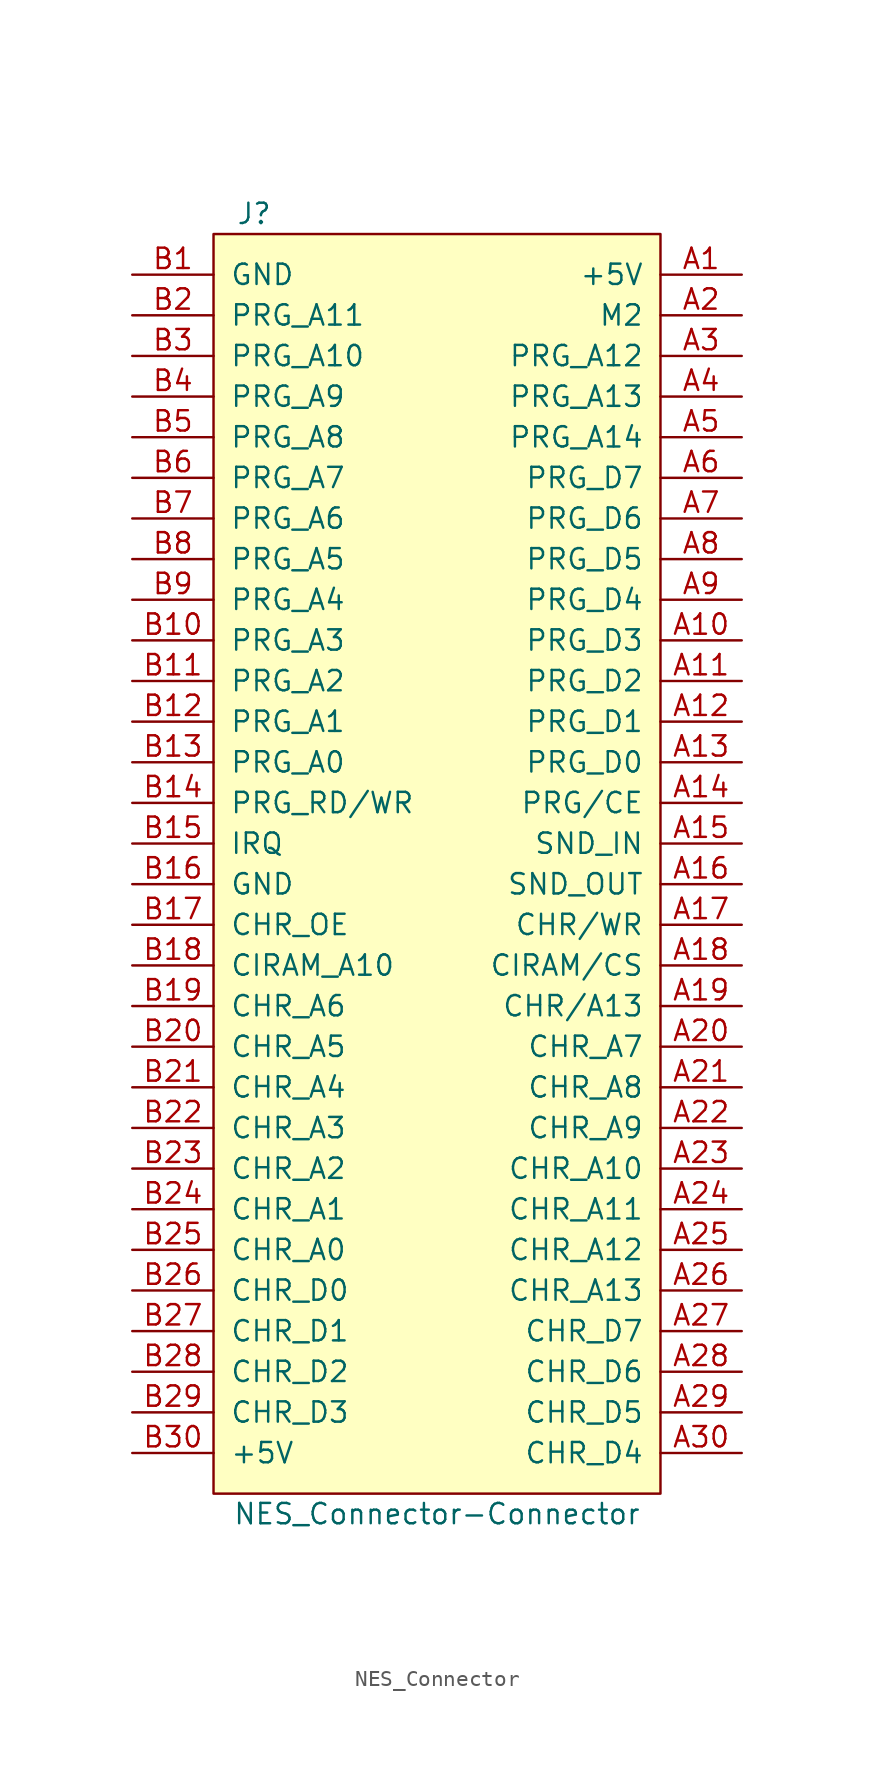
<source format=kicad_sym>
(kicad_symbol_lib
  (version 20231120)
  (generator "kicad_symbol_editor")
  (generator_version "8.0")
  (symbol "NES_Connector"
    (pin_names
      (offset 1.016))
    (property "Reference" "J"
      (at -11.43 30.48 0)
      (effects (font (size 1.27 1.27))))
    (property "Value" "NES_Connector-Connector"
      (at 0 -50.8 0)
      (effects (font (size 1.27 1.27))))
    (symbol "NES_Connector_0_1"
      (rectangle (start -13.97 29.21) (end 13.97 -49.53) (stroke (width 0) (type default)) (fill (type background))))
    (symbol "NES_Connector_1_1"
      (pin power_out line (at 19.05 26.67 180) (length 5.08) (name "+5V" (effects (font (size 1.27 1.27)))) (number "A1" (effects (font (size 1.27 1.27)))))
      (pin passive line (at 19.05 3.81 180) (length 5.08) (name "PRG_D3" (effects (font (size 1.27 1.27)))) (number "A10" (effects (font (size 1.27 1.27)))))
      (pin passive line (at 19.05 1.27 180) (length 5.08) (name "PRG_D2" (effects (font (size 1.27 1.27)))) (number "A11" (effects (font (size 1.27 1.27)))))
      (pin passive line (at 19.05 -1.27 180) (length 5.08) (name "PRG_D1" (effects (font (size 1.27 1.27)))) (number "A12" (effects (font (size 1.27 1.27)))))
      (pin passive line (at 19.05 -3.81 180) (length 5.08) (name "PRG_D0" (effects (font (size 1.27 1.27)))) (number "A13" (effects (font (size 1.27 1.27)))))
      (pin passive line (at 19.05 -6.35 180) (length 5.08) (name "PRG/CE" (effects (font (size 1.27 1.27)))) (number "A14" (effects (font (size 1.27 1.27)))))
      (pin passive line (at 19.05 -8.89 180) (length 5.08) (name "SND_IN" (effects (font (size 1.27 1.27)))) (number "A15" (effects (font (size 1.27 1.27)))))
      (pin passive line (at 19.05 -11.43 180) (length 5.08) (name "SND_OUT" (effects (font (size 1.27 1.27)))) (number "A16" (effects (font (size 1.27 1.27)))))
      (pin passive line (at 19.05 -13.97 180) (length 5.08) (name "CHR/WR" (effects (font (size 1.27 1.27)))) (number "A17" (effects (font (size 1.27 1.27)))))
      (pin passive line (at 19.05 -16.51 180) (length 5.08) (name "CIRAM/CS" (effects (font (size 1.27 1.27)))) (number "A18" (effects (font (size 1.27 1.27)))))
      (pin passive line (at 19.05 -19.05 180) (length 5.08) (name "CHR/A13" (effects (font (size 1.27 1.27)))) (number "A19" (effects (font (size 1.27 1.27)))))
      (pin passive line (at 19.05 24.13 180) (length 5.08) (name "M2" (effects (font (size 1.27 1.27)))) (number "A2" (effects (font (size 1.27 1.27)))))
      (pin passive line (at 19.05 -21.59 180) (length 5.08) (name "CHR_A7" (effects (font (size 1.27 1.27)))) (number "A20" (effects (font (size 1.27 1.27)))))
      (pin passive line (at 19.05 -24.13 180) (length 5.08) (name "CHR_A8" (effects (font (size 1.27 1.27)))) (number "A21" (effects (font (size 1.27 1.27)))))
      (pin passive line (at 19.05 -26.67 180) (length 5.08) (name "CHR_A9" (effects (font (size 1.27 1.27)))) (number "A22" (effects (font (size 1.27 1.27)))))
      (pin passive line (at 19.05 -29.21 180) (length 5.08) (name "CHR_A10" (effects (font (size 1.27 1.27)))) (number "A23" (effects (font (size 1.27 1.27)))))
      (pin passive line (at 19.05 -31.75 180) (length 5.08) (name "CHR_A11" (effects (font (size 1.27 1.27)))) (number "A24" (effects (font (size 1.27 1.27)))))
      (pin passive line (at 19.05 -34.29 180) (length 5.08) (name "CHR_A12" (effects (font (size 1.27 1.27)))) (number "A25" (effects (font (size 1.27 1.27)))))
      (pin passive line (at 19.05 -36.83 180) (length 5.08) (name "CHR_A13" (effects (font (size 1.27 1.27)))) (number "A26" (effects (font (size 1.27 1.27)))))
      (pin passive line (at 19.05 -39.37 180) (length 5.08) (name "CHR_D7" (effects (font (size 1.27 1.27)))) (number "A27" (effects (font (size 1.27 1.27)))))
      (pin passive line (at 19.05 -41.91 180) (length 5.08) (name "CHR_D6" (effects (font (size 1.27 1.27)))) (number "A28" (effects (font (size 1.27 1.27)))))
      (pin passive line (at 19.05 -44.45 180) (length 5.08) (name "CHR_D5" (effects (font (size 1.27 1.27)))) (number "A29" (effects (font (size 1.27 1.27)))))
      (pin passive line (at 19.05 21.59 180) (length 5.08) (name "PRG_A12" (effects (font (size 1.27 1.27)))) (number "A3" (effects (font (size 1.27 1.27)))))
      (pin passive line (at 19.05 -46.99 180) (length 5.08) (name "CHR_D4" (effects (font (size 1.27 1.27)))) (number "A30" (effects (font (size 1.27 1.27)))))
      (pin passive line (at 19.05 19.05 180) (length 5.08) (name "PRG_A13" (effects (font (size 1.27 1.27)))) (number "A4" (effects (font (size 1.27 1.27)))))
      (pin passive line (at 19.05 16.51 180) (length 5.08) (name "PRG_A14" (effects (font (size 1.27 1.27)))) (number "A5" (effects (font (size 1.27 1.27)))))
      (pin passive line (at 19.05 13.97 180) (length 5.08) (name "PRG_D7" (effects (font (size 1.27 1.27)))) (number "A6" (effects (font (size 1.27 1.27)))))
      (pin passive line (at 19.05 11.43 180) (length 5.08) (name "PRG_D6" (effects (font (size 1.27 1.27)))) (number "A7" (effects (font (size 1.27 1.27)))))
      (pin passive line (at 19.05 8.89 180) (length 5.08) (name "PRG_D5" (effects (font (size 1.27 1.27)))) (number "A8" (effects (font (size 1.27 1.27)))))
      (pin passive line (at 19.05 6.35 180) (length 5.08) (name "PRG_D4" (effects (font (size 1.27 1.27)))) (number "A9" (effects (font (size 1.27 1.27)))))
      (pin power_out line (at -19.05 26.67 0) (length 5.08) (name "GND" (effects (font (size 1.27 1.27)))) (number "B1" (effects (font (size 1.27 1.27)))))
      (pin passive line (at -19.05 3.81 0) (length 5.08) (name "PRG_A3" (effects (font (size 1.27 1.27)))) (number "B10" (effects (font (size 1.27 1.27)))))
      (pin passive line (at -19.05 1.27 0) (length 5.08) (name "PRG_A2" (effects (font (size 1.27 1.27)))) (number "B11" (effects (font (size 1.27 1.27)))))
      (pin passive line (at -19.05 -1.27 0) (length 5.08) (name "PRG_A1" (effects (font (size 1.27 1.27)))) (number "B12" (effects (font (size 1.27 1.27)))))
      (pin passive line (at -19.05 -3.81 0) (length 5.08) (name "PRG_A0" (effects (font (size 1.27 1.27)))) (number "B13" (effects (font (size 1.27 1.27)))))
      (pin passive line (at -19.05 -6.35 0) (length 5.08) (name "PRG_RD/WR" (effects (font (size 1.27 1.27)))) (number "B14" (effects (font (size 1.27 1.27)))))
      (pin passive line (at -19.05 -8.89 0) (length 5.08) (name "IRQ" (effects (font (size 1.27 1.27)))) (number "B15" (effects (font (size 1.27 1.27)))))
      (pin passive line (at -19.05 -11.43 0) (length 5.08) (name "GND" (effects (font (size 1.27 1.27)))) (number "B16" (effects (font (size 1.27 1.27)))))
      (pin passive line (at -19.05 -13.97 0) (length 5.08) (name "CHR_OE" (effects (font (size 1.27 1.27)))) (number "B17" (effects (font (size 1.27 1.27)))))
      (pin passive line (at -19.05 -16.51 0) (length 5.08) (name "CIRAM_A10" (effects (font (size 1.27 1.27)))) (number "B18" (effects (font (size 1.27 1.27)))))
      (pin passive line (at -19.05 -19.05 0) (length 5.08) (name "CHR_A6" (effects (font (size 1.27 1.27)))) (number "B19" (effects (font (size 1.27 1.27)))))
      (pin passive line (at -19.05 24.13 0) (length 5.08) (name "PRG_A11" (effects (font (size 1.27 1.27)))) (number "B2" (effects (font (size 1.27 1.27)))))
      (pin passive line (at -19.05 -21.59 0) (length 5.08) (name "CHR_A5" (effects (font (size 1.27 1.27)))) (number "B20" (effects (font (size 1.27 1.27)))))
      (pin passive line (at -19.05 -24.13 0) (length 5.08) (name "CHR_A4" (effects (font (size 1.27 1.27)))) (number "B21" (effects (font (size 1.27 1.27)))))
      (pin passive line (at -19.05 -26.67 0) (length 5.08) (name "CHR_A3" (effects (font (size 1.27 1.27)))) (number "B22" (effects (font (size 1.27 1.27)))))
      (pin passive line (at -19.05 -29.21 0) (length 5.08) (name "CHR_A2" (effects (font (size 1.27 1.27)))) (number "B23" (effects (font (size 1.27 1.27)))))
      (pin passive line (at -19.05 -31.75 0) (length 5.08) (name "CHR_A1" (effects (font (size 1.27 1.27)))) (number "B24" (effects (font (size 1.27 1.27)))))
      (pin passive line (at -19.05 -34.29 0) (length 5.08) (name "CHR_A0" (effects (font (size 1.27 1.27)))) (number "B25" (effects (font (size 1.27 1.27)))))
      (pin passive line (at -19.05 -36.83 0) (length 5.08) (name "CHR_D0" (effects (font (size 1.27 1.27)))) (number "B26" (effects (font (size 1.27 1.27)))))
      (pin passive line (at -19.05 -39.37 0) (length 5.08) (name "CHR_D1" (effects (font (size 1.27 1.27)))) (number "B27" (effects (font (size 1.27 1.27)))))
      (pin passive line (at -19.05 -41.91 0) (length 5.08) (name "CHR_D2" (effects (font (size 1.27 1.27)))) (number "B28" (effects (font (size 1.27 1.27)))))
      (pin passive line (at -19.05 -44.45 0) (length 5.08) (name "CHR_D3" (effects (font (size 1.27 1.27)))) (number "B29" (effects (font (size 1.27 1.27)))))
      (pin passive line (at -19.05 21.59 0) (length 5.08) (name "PRG_A10" (effects (font (size 1.27 1.27)))) (number "B3" (effects (font (size 1.27 1.27)))))
      (pin passive line (at -19.05 -46.99 0) (length 5.08) (name "+5V" (effects (font (size 1.27 1.27)))) (number "B30" (effects (font (size 1.27 1.27)))))
      (pin passive line (at -19.05 19.05 0) (length 5.08) (name "PRG_A9" (effects (font (size 1.27 1.27)))) (number "B4" (effects (font (size 1.27 1.27)))))
      (pin passive line (at -19.05 16.51 0) (length 5.08) (name "PRG_A8" (effects (font (size 1.27 1.27)))) (number "B5" (effects (font (size 1.27 1.27)))))
      (pin passive line (at -19.05 13.97 0) (length 5.08) (name "PRG_A7" (effects (font (size 1.27 1.27)))) (number "B6" (effects (font (size 1.27 1.27)))))
      (pin passive line (at -19.05 11.43 0) (length 5.08) (name "PRG_A6" (effects (font (size 1.27 1.27)))) (number "B7" (effects (font (size 1.27 1.27)))))
      (pin passive line (at -19.05 8.89 0) (length 5.08) (name "PRG_A5" (effects (font (size 1.27 1.27)))) (number "B8" (effects (font (size 1.27 1.27)))))
      (pin passive line (at -19.05 6.35 0) (length 5.08) (name "PRG_A4" (effects (font (size 1.27 1.27)))) (number "B9" (effects (font (size 1.27 1.27))))))))
</source>
